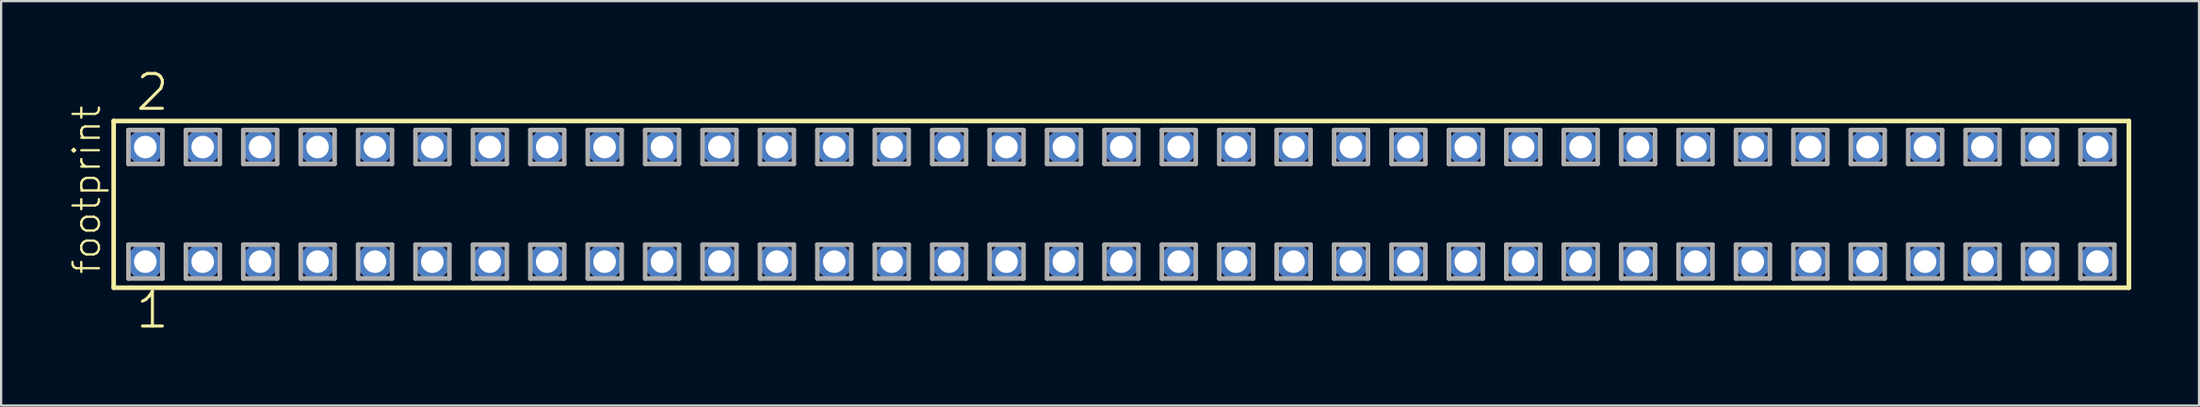
<source format=kicad_pcb>
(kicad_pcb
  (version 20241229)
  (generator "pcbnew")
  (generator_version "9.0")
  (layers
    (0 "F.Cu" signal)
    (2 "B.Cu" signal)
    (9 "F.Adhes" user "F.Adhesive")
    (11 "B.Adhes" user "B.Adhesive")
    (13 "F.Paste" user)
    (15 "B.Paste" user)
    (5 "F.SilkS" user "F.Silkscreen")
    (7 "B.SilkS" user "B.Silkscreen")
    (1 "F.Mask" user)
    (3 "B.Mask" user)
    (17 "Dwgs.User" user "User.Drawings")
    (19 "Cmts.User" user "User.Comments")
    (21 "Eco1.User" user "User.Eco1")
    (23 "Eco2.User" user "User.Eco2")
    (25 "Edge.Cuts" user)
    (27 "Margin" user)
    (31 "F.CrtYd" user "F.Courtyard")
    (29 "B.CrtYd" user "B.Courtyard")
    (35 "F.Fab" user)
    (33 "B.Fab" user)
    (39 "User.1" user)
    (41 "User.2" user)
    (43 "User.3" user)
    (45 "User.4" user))
  (footprint "footprint"
    (layer "F.Cu")
    (at 46.558 6.009)
    (property "Reference" "footprint" (at -45.085 3.175 90) (layer "F.SilkS") (effects (font (size 1.168 1.168) (thickness 0.102)) (justify left bottom)))
    (fp_line (start -44.579 -3.695) (end 44.579 -3.695) (stroke (width 0.203) (type solid)) (layer "F.SilkS"))
    (fp_line (start -44.579 3.695) (end -44.579 -3.695) (stroke (width 0.203) (type solid)) (layer "F.SilkS"))
    (fp_line (start 44.579 -3.695) (end 44.579 3.695) (stroke (width 0.203) (type solid)) (layer "F.SilkS"))
    (fp_line (start 44.579 3.695) (end -44.579 3.695) (stroke (width 0.203) (type solid)) (layer "F.SilkS"))
    (fp_line (start -43.925 -3.295) (end -42.425 -3.295) (stroke (width 0.203) (type solid)) (layer "F.Fab"))
    (fp_line (start -43.925 -1.795) (end -43.925 -3.295) (stroke (width 0.203) (type solid)) (layer "F.Fab"))
    (fp_line (start -43.925 1.785) (end -42.425 1.785) (stroke (width 0.203) (type solid)) (layer "F.Fab"))
    (fp_line (start -43.925 3.285) (end -43.925 1.785) (stroke (width 0.203) (type solid)) (layer "F.Fab"))
    (fp_line (start -42.425 -3.295) (end -42.425 -1.795) (stroke (width 0.203) (type solid)) (layer "F.Fab"))
    (fp_line (start -42.425 -1.795) (end -43.925 -1.795) (stroke (width 0.203) (type solid)) (layer "F.Fab"))
    (fp_line (start -42.425 1.785) (end -42.425 3.285) (stroke (width 0.203) (type solid)) (layer "F.Fab"))
    (fp_line (start -42.425 3.285) (end -43.925 3.285) (stroke (width 0.203) (type solid)) (layer "F.Fab"))
    (fp_line (start -41.385 -3.295) (end -39.885 -3.295) (stroke (width 0.203) (type solid)) (layer "F.Fab"))
    (fp_line (start -41.385 -1.795) (end -41.385 -3.295) (stroke (width 0.203) (type solid)) (layer "F.Fab"))
    (fp_line (start -41.385 1.785) (end -39.885 1.785) (stroke (width 0.203) (type solid)) (layer "F.Fab"))
    (fp_line (start -41.385 3.285) (end -41.385 1.785) (stroke (width 0.203) (type solid)) (layer "F.Fab"))
    (fp_line (start -39.885 -3.295) (end -39.885 -1.795) (stroke (width 0.203) (type solid)) (layer "F.Fab"))
    (fp_line (start -39.885 -1.795) (end -41.385 -1.795) (stroke (width 0.203) (type solid)) (layer "F.Fab"))
    (fp_line (start -39.885 1.785) (end -39.885 3.285) (stroke (width 0.203) (type solid)) (layer "F.Fab"))
    (fp_line (start -39.885 3.285) (end -41.385 3.285) (stroke (width 0.203) (type solid)) (layer "F.Fab"))
    (fp_line (start -38.845 -3.295) (end -37.345 -3.295) (stroke (width 0.203) (type solid)) (layer "F.Fab"))
    (fp_line (start -38.845 -1.795) (end -38.845 -3.295) (stroke (width 0.203) (type solid)) (layer "F.Fab"))
    (fp_line (start -38.845 1.785) (end -37.345 1.785) (stroke (width 0.203) (type solid)) (layer "F.Fab"))
    (fp_line (start -38.845 3.285) (end -38.845 1.785) (stroke (width 0.203) (type solid)) (layer "F.Fab"))
    (fp_line (start -37.345 -3.295) (end -37.345 -1.795) (stroke (width 0.203) (type solid)) (layer "F.Fab"))
    (fp_line (start -37.345 -1.795) (end -38.845 -1.795) (stroke (width 0.203) (type solid)) (layer "F.Fab"))
    (fp_line (start -37.345 1.785) (end -37.345 3.285) (stroke (width 0.203) (type solid)) (layer "F.Fab"))
    (fp_line (start -37.345 3.285) (end -38.845 3.285) (stroke (width 0.203) (type solid)) (layer "F.Fab"))
    (fp_line (start -36.305 -3.295) (end -34.805 -3.295) (stroke (width 0.203) (type solid)) (layer "F.Fab"))
    (fp_line (start -36.305 -1.795) (end -36.305 -3.295) (stroke (width 0.203) (type solid)) (layer "F.Fab"))
    (fp_line (start -36.305 1.785) (end -34.805 1.785) (stroke (width 0.203) (type solid)) (layer "F.Fab"))
    (fp_line (start -36.305 3.285) (end -36.305 1.785) (stroke (width 0.203) (type solid)) (layer "F.Fab"))
    (fp_line (start -34.805 -3.295) (end -34.805 -1.795) (stroke (width 0.203) (type solid)) (layer "F.Fab"))
    (fp_line (start -34.805 -1.795) (end -36.305 -1.795) (stroke (width 0.203) (type solid)) (layer "F.Fab"))
    (fp_line (start -34.805 1.785) (end -34.805 3.285) (stroke (width 0.203) (type solid)) (layer "F.Fab"))
    (fp_line (start -34.805 3.285) (end -36.305 3.285) (stroke (width 0.203) (type solid)) (layer "F.Fab"))
    (fp_line (start -33.765 -3.295) (end -32.265 -3.295) (stroke (width 0.203) (type solid)) (layer "F.Fab"))
    (fp_line (start -33.765 -1.795) (end -33.765 -3.295) (stroke (width 0.203) (type solid)) (layer "F.Fab"))
    (fp_line (start -33.765 1.785) (end -32.265 1.785) (stroke (width 0.203) (type solid)) (layer "F.Fab"))
    (fp_line (start -33.765 3.285) (end -33.765 1.785) (stroke (width 0.203) (type solid)) (layer "F.Fab"))
    (fp_line (start -32.265 -3.295) (end -32.265 -1.795) (stroke (width 0.203) (type solid)) (layer "F.Fab"))
    (fp_line (start -32.265 -1.795) (end -33.765 -1.795) (stroke (width 0.203) (type solid)) (layer "F.Fab"))
    (fp_line (start -32.265 1.785) (end -32.265 3.285) (stroke (width 0.203) (type solid)) (layer "F.Fab"))
    (fp_line (start -32.265 3.285) (end -33.765 3.285) (stroke (width 0.203) (type solid)) (layer "F.Fab"))
    (fp_line (start -31.225 -3.295) (end -29.725 -3.295) (stroke (width 0.203) (type solid)) (layer "F.Fab"))
    (fp_line (start -31.225 -1.795) (end -31.225 -3.295) (stroke (width 0.203) (type solid)) (layer "F.Fab"))
    (fp_line (start -31.225 1.785) (end -29.725 1.785) (stroke (width 0.203) (type solid)) (layer "F.Fab"))
    (fp_line (start -31.225 3.285) (end -31.225 1.785) (stroke (width 0.203) (type solid)) (layer "F.Fab"))
    (fp_line (start -29.725 -3.295) (end -29.725 -1.795) (stroke (width 0.203) (type solid)) (layer "F.Fab"))
    (fp_line (start -29.725 -1.795) (end -31.225 -1.795) (stroke (width 0.203) (type solid)) (layer "F.Fab"))
    (fp_line (start -29.725 1.785) (end -29.725 3.285) (stroke (width 0.203) (type solid)) (layer "F.Fab"))
    (fp_line (start -29.725 3.285) (end -31.225 3.285) (stroke (width 0.203) (type solid)) (layer "F.Fab"))
    (fp_line (start -28.685 -3.295) (end -27.185 -3.295) (stroke (width 0.203) (type solid)) (layer "F.Fab"))
    (fp_line (start -28.685 -1.795) (end -28.685 -3.295) (stroke (width 0.203) (type solid)) (layer "F.Fab"))
    (fp_line (start -28.685 1.785) (end -27.185 1.785) (stroke (width 0.203) (type solid)) (layer "F.Fab"))
    (fp_line (start -28.685 3.285) (end -28.685 1.785) (stroke (width 0.203) (type solid)) (layer "F.Fab"))
    (fp_line (start -27.185 -3.295) (end -27.185 -1.795) (stroke (width 0.203) (type solid)) (layer "F.Fab"))
    (fp_line (start -27.185 -1.795) (end -28.685 -1.795) (stroke (width 0.203) (type solid)) (layer "F.Fab"))
    (fp_line (start -27.185 1.785) (end -27.185 3.285) (stroke (width 0.203) (type solid)) (layer "F.Fab"))
    (fp_line (start -27.185 3.285) (end -28.685 3.285) (stroke (width 0.203) (type solid)) (layer "F.Fab"))
    (fp_line (start -26.145 -3.295) (end -24.645 -3.295) (stroke (width 0.203) (type solid)) (layer "F.Fab"))
    (fp_line (start -26.145 -1.795) (end -26.145 -3.295) (stroke (width 0.203) (type solid)) (layer "F.Fab"))
    (fp_line (start -26.145 1.785) (end -24.645 1.785) (stroke (width 0.203) (type solid)) (layer "F.Fab"))
    (fp_line (start -26.145 3.285) (end -26.145 1.785) (stroke (width 0.203) (type solid)) (layer "F.Fab"))
    (fp_line (start -24.645 -3.295) (end -24.645 -1.795) (stroke (width 0.203) (type solid)) (layer "F.Fab"))
    (fp_line (start -24.645 -1.795) (end -26.145 -1.795) (stroke (width 0.203) (type solid)) (layer "F.Fab"))
    (fp_line (start -24.645 1.785) (end -24.645 3.285) (stroke (width 0.203) (type solid)) (layer "F.Fab"))
    (fp_line (start -24.645 3.285) (end -26.145 3.285) (stroke (width 0.203) (type solid)) (layer "F.Fab"))
    (fp_line (start -23.605 -3.295) (end -22.105 -3.295) (stroke (width 0.203) (type solid)) (layer "F.Fab"))
    (fp_line (start -23.605 -1.795) (end -23.605 -3.295) (stroke (width 0.203) (type solid)) (layer "F.Fab"))
    (fp_line (start -23.605 1.785) (end -22.105 1.785) (stroke (width 0.203) (type solid)) (layer "F.Fab"))
    (fp_line (start -23.605 3.285) (end -23.605 1.785) (stroke (width 0.203) (type solid)) (layer "F.Fab"))
    (fp_line (start -22.105 -3.295) (end -22.105 -1.795) (stroke (width 0.203) (type solid)) (layer "F.Fab"))
    (fp_line (start -22.105 -1.795) (end -23.605 -1.795) (stroke (width 0.203) (type solid)) (layer "F.Fab"))
    (fp_line (start -22.105 1.785) (end -22.105 3.285) (stroke (width 0.203) (type solid)) (layer "F.Fab"))
    (fp_line (start -22.105 3.285) (end -23.605 3.285) (stroke (width 0.203) (type solid)) (layer "F.Fab"))
    (fp_line (start -21.065 -3.295) (end -19.565 -3.295) (stroke (width 0.203) (type solid)) (layer "F.Fab"))
    (fp_line (start -21.065 -1.795) (end -21.065 -3.295) (stroke (width 0.203) (type solid)) (layer "F.Fab"))
    (fp_line (start -21.065 1.785) (end -19.565 1.785) (stroke (width 0.203) (type solid)) (layer "F.Fab"))
    (fp_line (start -21.065 3.285) (end -21.065 1.785) (stroke (width 0.203) (type solid)) (layer "F.Fab"))
    (fp_line (start -19.565 -3.295) (end -19.565 -1.795) (stroke (width 0.203) (type solid)) (layer "F.Fab"))
    (fp_line (start -19.565 -1.795) (end -21.065 -1.795) (stroke (width 0.203) (type solid)) (layer "F.Fab"))
    (fp_line (start -19.565 1.785) (end -19.565 3.285) (stroke (width 0.203) (type solid)) (layer "F.Fab"))
    (fp_line (start -19.565 3.285) (end -21.065 3.285) (stroke (width 0.203) (type solid)) (layer "F.Fab"))
    (fp_line (start -18.525 -3.295) (end -17.025 -3.295) (stroke (width 0.203) (type solid)) (layer "F.Fab"))
    (fp_line (start -18.525 -1.795) (end -18.525 -3.295) (stroke (width 0.203) (type solid)) (layer "F.Fab"))
    (fp_line (start -18.525 1.785) (end -17.025 1.785) (stroke (width 0.203) (type solid)) (layer "F.Fab"))
    (fp_line (start -18.525 3.285) (end -18.525 1.785) (stroke (width 0.203) (type solid)) (layer "F.Fab"))
    (fp_line (start -17.025 -3.295) (end -17.025 -1.795) (stroke (width 0.203) (type solid)) (layer "F.Fab"))
    (fp_line (start -17.025 -1.795) (end -18.525 -1.795) (stroke (width 0.203) (type solid)) (layer "F.Fab"))
    (fp_line (start -17.025 1.785) (end -17.025 3.285) (stroke (width 0.203) (type solid)) (layer "F.Fab"))
    (fp_line (start -17.025 3.285) (end -18.525 3.285) (stroke (width 0.203) (type solid)) (layer "F.Fab"))
    (fp_line (start -15.985 -3.295) (end -14.485 -3.295) (stroke (width 0.203) (type solid)) (layer "F.Fab"))
    (fp_line (start -15.985 -1.795) (end -15.985 -3.295) (stroke (width 0.203) (type solid)) (layer "F.Fab"))
    (fp_line (start -15.985 1.785) (end -14.485 1.785) (stroke (width 0.203) (type solid)) (layer "F.Fab"))
    (fp_line (start -15.985 3.285) (end -15.985 1.785) (stroke (width 0.203) (type solid)) (layer "F.Fab"))
    (fp_line (start -14.485 -3.295) (end -14.485 -1.795) (stroke (width 0.203) (type solid)) (layer "F.Fab"))
    (fp_line (start -14.485 -1.795) (end -15.985 -1.795) (stroke (width 0.203) (type solid)) (layer "F.Fab"))
    (fp_line (start -14.485 1.785) (end -14.485 3.285) (stroke (width 0.203) (type solid)) (layer "F.Fab"))
    (fp_line (start -14.485 3.285) (end -15.985 3.285) (stroke (width 0.203) (type solid)) (layer "F.Fab"))
    (fp_line (start -13.445 -3.295) (end -11.945 -3.295) (stroke (width 0.203) (type solid)) (layer "F.Fab"))
    (fp_line (start -13.445 -1.795) (end -13.445 -3.295) (stroke (width 0.203) (type solid)) (layer "F.Fab"))
    (fp_line (start -13.445 1.785) (end -11.945 1.785) (stroke (width 0.203) (type solid)) (layer "F.Fab"))
    (fp_line (start -13.445 3.285) (end -13.445 1.785) (stroke (width 0.203) (type solid)) (layer "F.Fab"))
    (fp_line (start -11.945 -3.295) (end -11.945 -1.795) (stroke (width 0.203) (type solid)) (layer "F.Fab"))
    (fp_line (start -11.945 -1.795) (end -13.445 -1.795) (stroke (width 0.203) (type solid)) (layer "F.Fab"))
    (fp_line (start -11.945 1.785) (end -11.945 3.285) (stroke (width 0.203) (type solid)) (layer "F.Fab"))
    (fp_line (start -11.945 3.285) (end -13.445 3.285) (stroke (width 0.203) (type solid)) (layer "F.Fab"))
    (fp_line (start -10.905 -3.295) (end -9.405 -3.295) (stroke (width 0.203) (type solid)) (layer "F.Fab"))
    (fp_line (start -10.905 -1.795) (end -10.905 -3.295) (stroke (width 0.203) (type solid)) (layer "F.Fab"))
    (fp_line (start -10.905 1.785) (end -9.405 1.785) (stroke (width 0.203) (type solid)) (layer "F.Fab"))
    (fp_line (start -10.905 3.285) (end -10.905 1.785) (stroke (width 0.203) (type solid)) (layer "F.Fab"))
    (fp_line (start -9.405 -3.295) (end -9.405 -1.795) (stroke (width 0.203) (type solid)) (layer "F.Fab"))
    (fp_line (start -9.405 -1.795) (end -10.905 -1.795) (stroke (width 0.203) (type solid)) (layer "F.Fab"))
    (fp_line (start -9.405 1.785) (end -9.405 3.285) (stroke (width 0.203) (type solid)) (layer "F.Fab"))
    (fp_line (start -9.405 3.285) (end -10.905 3.285) (stroke (width 0.203) (type solid)) (layer "F.Fab"))
    (fp_line (start -8.365 -3.295) (end -6.865 -3.295) (stroke (width 0.203) (type solid)) (layer "F.Fab"))
    (fp_line (start -8.365 -1.795) (end -8.365 -3.295) (stroke (width 0.203) (type solid)) (layer "F.Fab"))
    (fp_line (start -8.365 1.785) (end -6.865 1.785) (stroke (width 0.203) (type solid)) (layer "F.Fab"))
    (fp_line (start -8.365 3.285) (end -8.365 1.785) (stroke (width 0.203) (type solid)) (layer "F.Fab"))
    (fp_line (start -6.865 -3.295) (end -6.865 -1.795) (stroke (width 0.203) (type solid)) (layer "F.Fab"))
    (fp_line (start -6.865 -1.795) (end -8.365 -1.795) (stroke (width 0.203) (type solid)) (layer "F.Fab"))
    (fp_line (start -6.865 1.785) (end -6.865 3.285) (stroke (width 0.203) (type solid)) (layer "F.Fab"))
    (fp_line (start -6.865 3.285) (end -8.365 3.285) (stroke (width 0.203) (type solid)) (layer "F.Fab"))
    (fp_line (start -5.825 -3.295) (end -4.325 -3.295) (stroke (width 0.203) (type solid)) (layer "F.Fab"))
    (fp_line (start -5.825 -1.795) (end -5.825 -3.295) (stroke (width 0.203) (type solid)) (layer "F.Fab"))
    (fp_line (start -5.825 1.785) (end -4.325 1.785) (stroke (width 0.203) (type solid)) (layer "F.Fab"))
    (fp_line (start -5.825 3.285) (end -5.825 1.785) (stroke (width 0.203) (type solid)) (layer "F.Fab"))
    (fp_line (start -4.325 -3.295) (end -4.325 -1.795) (stroke (width 0.203) (type solid)) (layer "F.Fab"))
    (fp_line (start -4.325 -1.795) (end -5.825 -1.795) (stroke (width 0.203) (type solid)) (layer "F.Fab"))
    (fp_line (start -4.325 1.785) (end -4.325 3.285) (stroke (width 0.203) (type solid)) (layer "F.Fab"))
    (fp_line (start -4.325 3.285) (end -5.825 3.285) (stroke (width 0.203) (type solid)) (layer "F.Fab"))
    (fp_line (start -3.285 -3.295) (end -1.785 -3.295) (stroke (width 0.203) (type solid)) (layer "F.Fab"))
    (fp_line (start -3.285 -1.795) (end -3.285 -3.295) (stroke (width 0.203) (type solid)) (layer "F.Fab"))
    (fp_line (start -3.285 1.785) (end -1.785 1.785) (stroke (width 0.203) (type solid)) (layer "F.Fab"))
    (fp_line (start -3.285 3.285) (end -3.285 1.785) (stroke (width 0.203) (type solid)) (layer "F.Fab"))
    (fp_line (start -1.785 -3.295) (end -1.785 -1.795) (stroke (width 0.203) (type solid)) (layer "F.Fab"))
    (fp_line (start -1.785 -1.795) (end -3.285 -1.795) (stroke (width 0.203) (type solid)) (layer "F.Fab"))
    (fp_line (start -1.785 1.785) (end -1.785 3.285) (stroke (width 0.203) (type solid)) (layer "F.Fab"))
    (fp_line (start -1.785 3.285) (end -3.285 3.285) (stroke (width 0.203) (type solid)) (layer "F.Fab"))
    (fp_line (start -0.745 -3.295) (end 0.755 -3.295) (stroke (width 0.203) (type solid)) (layer "F.Fab"))
    (fp_line (start -0.745 -1.795) (end -0.745 -3.295) (stroke (width 0.203) (type solid)) (layer "F.Fab"))
    (fp_line (start -0.745 1.785) (end 0.755 1.785) (stroke (width 0.203) (type solid)) (layer "F.Fab"))
    (fp_line (start -0.745 3.285) (end -0.745 1.785) (stroke (width 0.203) (type solid)) (layer "F.Fab"))
    (fp_line (start 0.755 -3.295) (end 0.755 -1.795) (stroke (width 0.203) (type solid)) (layer "F.Fab"))
    (fp_line (start 0.755 -1.795) (end -0.745 -1.795) (stroke (width 0.203) (type solid)) (layer "F.Fab"))
    (fp_line (start 0.755 1.785) (end 0.755 3.285) (stroke (width 0.203) (type solid)) (layer "F.Fab"))
    (fp_line (start 0.755 3.285) (end -0.745 3.285) (stroke (width 0.203) (type solid)) (layer "F.Fab"))
    (fp_line (start 1.795 -3.295) (end 3.295 -3.295) (stroke (width 0.203) (type solid)) (layer "F.Fab"))
    (fp_line (start 1.795 -1.795) (end 1.795 -3.295) (stroke (width 0.203) (type solid)) (layer "F.Fab"))
    (fp_line (start 1.795 1.785) (end 3.295 1.785) (stroke (width 0.203) (type solid)) (layer "F.Fab"))
    (fp_line (start 1.795 3.285) (end 1.795 1.785) (stroke (width 0.203) (type solid)) (layer "F.Fab"))
    (fp_line (start 3.295 -3.295) (end 3.295 -1.795) (stroke (width 0.203) (type solid)) (layer "F.Fab"))
    (fp_line (start 3.295 -1.795) (end 1.795 -1.795) (stroke (width 0.203) (type solid)) (layer "F.Fab"))
    (fp_line (start 3.295 1.785) (end 3.295 3.285) (stroke (width 0.203) (type solid)) (layer "F.Fab"))
    (fp_line (start 3.295 3.285) (end 1.795 3.285) (stroke (width 0.203) (type solid)) (layer "F.Fab"))
    (fp_line (start 4.335 -3.295) (end 5.835 -3.295) (stroke (width 0.203) (type solid)) (layer "F.Fab"))
    (fp_line (start 4.335 -1.795) (end 4.335 -3.295) (stroke (width 0.203) (type solid)) (layer "F.Fab"))
    (fp_line (start 4.335 1.785) (end 5.835 1.785) (stroke (width 0.203) (type solid)) (layer "F.Fab"))
    (fp_line (start 4.335 3.285) (end 4.335 1.785) (stroke (width 0.203) (type solid)) (layer "F.Fab"))
    (fp_line (start 5.835 -3.295) (end 5.835 -1.795) (stroke (width 0.203) (type solid)) (layer "F.Fab"))
    (fp_line (start 5.835 -1.795) (end 4.335 -1.795) (stroke (width 0.203) (type solid)) (layer "F.Fab"))
    (fp_line (start 5.835 1.785) (end 5.835 3.285) (stroke (width 0.203) (type solid)) (layer "F.Fab"))
    (fp_line (start 5.835 3.285) (end 4.335 3.285) (stroke (width 0.203) (type solid)) (layer "F.Fab"))
    (fp_line (start 6.875 -3.295) (end 8.375 -3.295) (stroke (width 0.203) (type solid)) (layer "F.Fab"))
    (fp_line (start 6.875 -1.795) (end 6.875 -3.295) (stroke (width 0.203) (type solid)) (layer "F.Fab"))
    (fp_line (start 6.875 1.785) (end 8.375 1.785) (stroke (width 0.203) (type solid)) (layer "F.Fab"))
    (fp_line (start 6.875 3.285) (end 6.875 1.785) (stroke (width 0.203) (type solid)) (layer "F.Fab"))
    (fp_line (start 8.375 -3.295) (end 8.375 -1.795) (stroke (width 0.203) (type solid)) (layer "F.Fab"))
    (fp_line (start 8.375 -1.795) (end 6.875 -1.795) (stroke (width 0.203) (type solid)) (layer "F.Fab"))
    (fp_line (start 8.375 1.785) (end 8.375 3.285) (stroke (width 0.203) (type solid)) (layer "F.Fab"))
    (fp_line (start 8.375 3.285) (end 6.875 3.285) (stroke (width 0.203) (type solid)) (layer "F.Fab"))
    (fp_line (start 9.415 -3.295) (end 10.915 -3.295) (stroke (width 0.203) (type solid)) (layer "F.Fab"))
    (fp_line (start 9.415 -1.795) (end 9.415 -3.295) (stroke (width 0.203) (type solid)) (layer "F.Fab"))
    (fp_line (start 9.415 1.785) (end 10.915 1.785) (stroke (width 0.203) (type solid)) (layer "F.Fab"))
    (fp_line (start 9.415 3.285) (end 9.415 1.785) (stroke (width 0.203) (type solid)) (layer "F.Fab"))
    (fp_line (start 10.915 -3.295) (end 10.915 -1.795) (stroke (width 0.203) (type solid)) (layer "F.Fab"))
    (fp_line (start 10.915 -1.795) (end 9.415 -1.795) (stroke (width 0.203) (type solid)) (layer "F.Fab"))
    (fp_line (start 10.915 1.785) (end 10.915 3.285) (stroke (width 0.203) (type solid)) (layer "F.Fab"))
    (fp_line (start 10.915 3.285) (end 9.415 3.285) (stroke (width 0.203) (type solid)) (layer "F.Fab"))
    (fp_line (start 11.955 -3.295) (end 13.455 -3.295) (stroke (width 0.203) (type solid)) (layer "F.Fab"))
    (fp_line (start 11.955 -1.795) (end 11.955 -3.295) (stroke (width 0.203) (type solid)) (layer "F.Fab"))
    (fp_line (start 11.955 1.785) (end 13.455 1.785) (stroke (width 0.203) (type solid)) (layer "F.Fab"))
    (fp_line (start 11.955 3.285) (end 11.955 1.785) (stroke (width 0.203) (type solid)) (layer "F.Fab"))
    (fp_line (start 13.455 -3.295) (end 13.455 -1.795) (stroke (width 0.203) (type solid)) (layer "F.Fab"))
    (fp_line (start 13.455 -1.795) (end 11.955 -1.795) (stroke (width 0.203) (type solid)) (layer "F.Fab"))
    (fp_line (start 13.455 1.785) (end 13.455 3.285) (stroke (width 0.203) (type solid)) (layer "F.Fab"))
    (fp_line (start 13.455 3.285) (end 11.955 3.285) (stroke (width 0.203) (type solid)) (layer "F.Fab"))
    (fp_line (start 14.495 -3.295) (end 15.995 -3.295) (stroke (width 0.203) (type solid)) (layer "F.Fab"))
    (fp_line (start 14.495 -1.795) (end 14.495 -3.295) (stroke (width 0.203) (type solid)) (layer "F.Fab"))
    (fp_line (start 14.495 1.785) (end 15.995 1.785) (stroke (width 0.203) (type solid)) (layer "F.Fab"))
    (fp_line (start 14.495 3.285) (end 14.495 1.785) (stroke (width 0.203) (type solid)) (layer "F.Fab"))
    (fp_line (start 15.995 -3.295) (end 15.995 -1.795) (stroke (width 0.203) (type solid)) (layer "F.Fab"))
    (fp_line (start 15.995 -1.795) (end 14.495 -1.795) (stroke (width 0.203) (type solid)) (layer "F.Fab"))
    (fp_line (start 15.995 1.785) (end 15.995 3.285) (stroke (width 0.203) (type solid)) (layer "F.Fab"))
    (fp_line (start 15.995 3.285) (end 14.495 3.285) (stroke (width 0.203) (type solid)) (layer "F.Fab"))
    (fp_line (start 17.035 -3.295) (end 18.535 -3.295) (stroke (width 0.203) (type solid)) (layer "F.Fab"))
    (fp_line (start 17.035 -1.795) (end 17.035 -3.295) (stroke (width 0.203) (type solid)) (layer "F.Fab"))
    (fp_line (start 17.035 1.785) (end 18.535 1.785) (stroke (width 0.203) (type solid)) (layer "F.Fab"))
    (fp_line (start 17.035 3.285) (end 17.035 1.785) (stroke (width 0.203) (type solid)) (layer "F.Fab"))
    (fp_line (start 18.535 -3.295) (end 18.535 -1.795) (stroke (width 0.203) (type solid)) (layer "F.Fab"))
    (fp_line (start 18.535 -1.795) (end 17.035 -1.795) (stroke (width 0.203) (type solid)) (layer "F.Fab"))
    (fp_line (start 18.535 1.785) (end 18.535 3.285) (stroke (width 0.203) (type solid)) (layer "F.Fab"))
    (fp_line (start 18.535 3.285) (end 17.035 3.285) (stroke (width 0.203) (type solid)) (layer "F.Fab"))
    (fp_line (start 19.575 -3.295) (end 21.075 -3.295) (stroke (width 0.203) (type solid)) (layer "F.Fab"))
    (fp_line (start 19.575 -1.795) (end 19.575 -3.295) (stroke (width 0.203) (type solid)) (layer "F.Fab"))
    (fp_line (start 19.575 1.785) (end 21.075 1.785) (stroke (width 0.203) (type solid)) (layer "F.Fab"))
    (fp_line (start 19.575 3.285) (end 19.575 1.785) (stroke (width 0.203) (type solid)) (layer "F.Fab"))
    (fp_line (start 21.075 -3.295) (end 21.075 -1.795) (stroke (width 0.203) (type solid)) (layer "F.Fab"))
    (fp_line (start 21.075 -1.795) (end 19.575 -1.795) (stroke (width 0.203) (type solid)) (layer "F.Fab"))
    (fp_line (start 21.075 1.785) (end 21.075 3.285) (stroke (width 0.203) (type solid)) (layer "F.Fab"))
    (fp_line (start 21.075 3.285) (end 19.575 3.285) (stroke (width 0.203) (type solid)) (layer "F.Fab"))
    (fp_line (start 22.115 -3.295) (end 23.615 -3.295) (stroke (width 0.203) (type solid)) (layer "F.Fab"))
    (fp_line (start 22.115 -1.795) (end 22.115 -3.295) (stroke (width 0.203) (type solid)) (layer "F.Fab"))
    (fp_line (start 22.115 1.785) (end 23.615 1.785) (stroke (width 0.203) (type solid)) (layer "F.Fab"))
    (fp_line (start 22.115 3.285) (end 22.115 1.785) (stroke (width 0.203) (type solid)) (layer "F.Fab"))
    (fp_line (start 23.615 -3.295) (end 23.615 -1.795) (stroke (width 0.203) (type solid)) (layer "F.Fab"))
    (fp_line (start 23.615 -1.795) (end 22.115 -1.795) (stroke (width 0.203) (type solid)) (layer "F.Fab"))
    (fp_line (start 23.615 1.785) (end 23.615 3.285) (stroke (width 0.203) (type solid)) (layer "F.Fab"))
    (fp_line (start 23.615 3.285) (end 22.115 3.285) (stroke (width 0.203) (type solid)) (layer "F.Fab"))
    (fp_line (start 24.655 -3.295) (end 26.155 -3.295) (stroke (width 0.203) (type solid)) (layer "F.Fab"))
    (fp_line (start 24.655 -1.795) (end 24.655 -3.295) (stroke (width 0.203) (type solid)) (layer "F.Fab"))
    (fp_line (start 24.655 1.785) (end 26.155 1.785) (stroke (width 0.203) (type solid)) (layer "F.Fab"))
    (fp_line (start 24.655 3.285) (end 24.655 1.785) (stroke (width 0.203) (type solid)) (layer "F.Fab"))
    (fp_line (start 26.155 -3.295) (end 26.155 -1.795) (stroke (width 0.203) (type solid)) (layer "F.Fab"))
    (fp_line (start 26.155 -1.795) (end 24.655 -1.795) (stroke (width 0.203) (type solid)) (layer "F.Fab"))
    (fp_line (start 26.155 1.785) (end 26.155 3.285) (stroke (width 0.203) (type solid)) (layer "F.Fab"))
    (fp_line (start 26.155 3.285) (end 24.655 3.285) (stroke (width 0.203) (type solid)) (layer "F.Fab"))
    (fp_line (start 27.195 -3.295) (end 28.695 -3.295) (stroke (width 0.203) (type solid)) (layer "F.Fab"))
    (fp_line (start 27.195 -1.795) (end 27.195 -3.295) (stroke (width 0.203) (type solid)) (layer "F.Fab"))
    (fp_line (start 27.195 1.785) (end 28.695 1.785) (stroke (width 0.203) (type solid)) (layer "F.Fab"))
    (fp_line (start 27.195 3.285) (end 27.195 1.785) (stroke (width 0.203) (type solid)) (layer "F.Fab"))
    (fp_line (start 28.695 -3.295) (end 28.695 -1.795) (stroke (width 0.203) (type solid)) (layer "F.Fab"))
    (fp_line (start 28.695 -1.795) (end 27.195 -1.795) (stroke (width 0.203) (type solid)) (layer "F.Fab"))
    (fp_line (start 28.695 1.785) (end 28.695 3.285) (stroke (width 0.203) (type solid)) (layer "F.Fab"))
    (fp_line (start 28.695 3.285) (end 27.195 3.285) (stroke (width 0.203) (type solid)) (layer "F.Fab"))
    (fp_line (start 29.735 -3.295) (end 31.235 -3.295) (stroke (width 0.203) (type solid)) (layer "F.Fab"))
    (fp_line (start 29.735 -1.795) (end 29.735 -3.295) (stroke (width 0.203) (type solid)) (layer "F.Fab"))
    (fp_line (start 29.735 1.785) (end 31.235 1.785) (stroke (width 0.203) (type solid)) (layer "F.Fab"))
    (fp_line (start 29.735 3.285) (end 29.735 1.785) (stroke (width 0.203) (type solid)) (layer "F.Fab"))
    (fp_line (start 31.235 -3.295) (end 31.235 -1.795) (stroke (width 0.203) (type solid)) (layer "F.Fab"))
    (fp_line (start 31.235 -1.795) (end 29.735 -1.795) (stroke (width 0.203) (type solid)) (layer "F.Fab"))
    (fp_line (start 31.235 1.785) (end 31.235 3.285) (stroke (width 0.203) (type solid)) (layer "F.Fab"))
    (fp_line (start 31.235 3.285) (end 29.735 3.285) (stroke (width 0.203) (type solid)) (layer "F.Fab"))
    (fp_line (start 32.275 -3.295) (end 33.775 -3.295) (stroke (width 0.203) (type solid)) (layer "F.Fab"))
    (fp_line (start 32.275 -1.795) (end 32.275 -3.295) (stroke (width 0.203) (type solid)) (layer "F.Fab"))
    (fp_line (start 32.275 1.785) (end 33.775 1.785) (stroke (width 0.203) (type solid)) (layer "F.Fab"))
    (fp_line (start 32.275 3.285) (end 32.275 1.785) (stroke (width 0.203) (type solid)) (layer "F.Fab"))
    (fp_line (start 33.775 -3.295) (end 33.775 -1.795) (stroke (width 0.203) (type solid)) (layer "F.Fab"))
    (fp_line (start 33.775 -1.795) (end 32.275 -1.795) (stroke (width 0.203) (type solid)) (layer "F.Fab"))
    (fp_line (start 33.775 1.785) (end 33.775 3.285) (stroke (width 0.203) (type solid)) (layer "F.Fab"))
    (fp_line (start 33.775 3.285) (end 32.275 3.285) (stroke (width 0.203) (type solid)) (layer "F.Fab"))
    (fp_line (start 34.815 -3.295) (end 36.315 -3.295) (stroke (width 0.203) (type solid)) (layer "F.Fab"))
    (fp_line (start 34.815 -1.795) (end 34.815 -3.295) (stroke (width 0.203) (type solid)) (layer "F.Fab"))
    (fp_line (start 34.815 1.785) (end 36.315 1.785) (stroke (width 0.203) (type solid)) (layer "F.Fab"))
    (fp_line (start 34.815 3.285) (end 34.815 1.785) (stroke (width 0.203) (type solid)) (layer "F.Fab"))
    (fp_line (start 36.315 -3.295) (end 36.315 -1.795) (stroke (width 0.203) (type solid)) (layer "F.Fab"))
    (fp_line (start 36.315 -1.795) (end 34.815 -1.795) (stroke (width 0.203) (type solid)) (layer "F.Fab"))
    (fp_line (start 36.315 1.785) (end 36.315 3.285) (stroke (width 0.203) (type solid)) (layer "F.Fab"))
    (fp_line (start 36.315 3.285) (end 34.815 3.285) (stroke (width 0.203) (type solid)) (layer "F.Fab"))
    (fp_line (start 37.355 -3.295) (end 38.855 -3.295) (stroke (width 0.203) (type solid)) (layer "F.Fab"))
    (fp_line (start 37.355 -1.795) (end 37.355 -3.295) (stroke (width 0.203) (type solid)) (layer "F.Fab"))
    (fp_line (start 37.355 1.785) (end 38.855 1.785) (stroke (width 0.203) (type solid)) (layer "F.Fab"))
    (fp_line (start 37.355 3.285) (end 37.355 1.785) (stroke (width 0.203) (type solid)) (layer "F.Fab"))
    (fp_line (start 38.855 -3.295) (end 38.855 -1.795) (stroke (width 0.203) (type solid)) (layer "F.Fab"))
    (fp_line (start 38.855 -1.795) (end 37.355 -1.795) (stroke (width 0.203) (type solid)) (layer "F.Fab"))
    (fp_line (start 38.855 1.785) (end 38.855 3.285) (stroke (width 0.203) (type solid)) (layer "F.Fab"))
    (fp_line (start 38.855 3.285) (end 37.355 3.285) (stroke (width 0.203) (type solid)) (layer "F.Fab"))
    (fp_line (start 39.895 -3.295) (end 41.395 -3.295) (stroke (width 0.203) (type solid)) (layer "F.Fab"))
    (fp_line (start 39.895 -1.795) (end 39.895 -3.295) (stroke (width 0.203) (type solid)) (layer "F.Fab"))
    (fp_line (start 39.895 1.785) (end 41.395 1.785) (stroke (width 0.203) (type solid)) (layer "F.Fab"))
    (fp_line (start 39.895 3.285) (end 39.895 1.785) (stroke (width 0.203) (type solid)) (layer "F.Fab"))
    (fp_line (start 41.395 -3.295) (end 41.395 -1.795) (stroke (width 0.203) (type solid)) (layer "F.Fab"))
    (fp_line (start 41.395 -1.795) (end 39.895 -1.795) (stroke (width 0.203) (type solid)) (layer "F.Fab"))
    (fp_line (start 41.395 1.785) (end 41.395 3.285) (stroke (width 0.203) (type solid)) (layer "F.Fab"))
    (fp_line (start 41.395 3.285) (end 39.895 3.285) (stroke (width 0.203) (type solid)) (layer "F.Fab"))
    (fp_line (start 42.435 -3.295) (end 43.935 -3.295) (stroke (width 0.203) (type solid)) (layer "F.Fab"))
    (fp_line (start 42.435 -1.795) (end 42.435 -3.295) (stroke (width 0.203) (type solid)) (layer "F.Fab"))
    (fp_line (start 42.435 1.785) (end 43.935 1.785) (stroke (width 0.203) (type solid)) (layer "F.Fab"))
    (fp_line (start 42.435 3.285) (end 42.435 1.785) (stroke (width 0.203) (type solid)) (layer "F.Fab"))
    (fp_line (start 43.935 -3.295) (end 43.935 -1.795) (stroke (width 0.203) (type solid)) (layer "F.Fab"))
    (fp_line (start 43.935 -1.795) (end 42.435 -1.795) (stroke (width 0.203) (type solid)) (layer "F.Fab"))
    (fp_line (start 43.935 1.785) (end 43.935 3.285) (stroke (width 0.203) (type solid)) (layer "F.Fab"))
    (fp_line (start 43.935 3.285) (end 42.435 3.285) (stroke (width 0.203) (type solid)) (layer "F.Fab"))
    (fp_text user "1" (at -43.688 5.588 0) (layer "F.SilkS") (effects (font (size 1.542 1.542) (thickness 0.134)) (justify left bottom)))
    (fp_text user "2" (at -43.688 -4.064 0) (layer "F.SilkS") (effects (font (size 1.542 1.542) (thickness 0.134)) (justify left bottom)))
    (pad "1" thru_hole roundrect (at -43.18 2.54) (size 1.5 1.5) (drill 1) (layers "*.Cu" "*.Mask") (roundrect_rratio 0.25) (chamfer_ratio 0.25) (chamfer top_left top_right bottom_left bottom_right))
    (pad "2" thru_hole roundrect (at -43.18 -2.54) (size 1.5 1.5) (drill 1) (layers "*.Cu" "*.Mask") (roundrect_rratio 0.25) (chamfer_ratio 0.25) (chamfer top_left top_right bottom_left bottom_right))
    (pad "3" thru_hole roundrect (at -40.64 2.54) (size 1.5 1.5) (drill 1) (layers "*.Cu" "*.Mask") (roundrect_rratio 0.25) (chamfer_ratio 0.25) (chamfer top_left top_right bottom_left bottom_right))
    (pad "4" thru_hole roundrect (at -40.64 -2.54) (size 1.5 1.5) (drill 1) (layers "*.Cu" "*.Mask") (roundrect_rratio 0.25) (chamfer_ratio 0.25) (chamfer top_left top_right bottom_left bottom_right))
    (pad "5" thru_hole roundrect (at -38.1 2.54) (size 1.5 1.5) (drill 1) (layers "*.Cu" "*.Mask") (roundrect_rratio 0.25) (chamfer_ratio 0.25) (chamfer top_left top_right bottom_left bottom_right))
    (pad "6" thru_hole roundrect (at -38.1 -2.54) (size 1.5 1.5) (drill 1) (layers "*.Cu" "*.Mask") (roundrect_rratio 0.25) (chamfer_ratio 0.25) (chamfer top_left top_right bottom_left bottom_right))
    (pad "7" thru_hole roundrect (at -35.56 2.54) (size 1.5 1.5) (drill 1) (layers "*.Cu" "*.Mask") (roundrect_rratio 0.25) (chamfer_ratio 0.25) (chamfer top_left top_right bottom_left bottom_right))
    (pad "8" thru_hole roundrect (at -35.56 -2.54) (size 1.5 1.5) (drill 1) (layers "*.Cu" "*.Mask") (roundrect_rratio 0.25) (chamfer_ratio 0.25) (chamfer top_left top_right bottom_left bottom_right))
    (pad "9" thru_hole roundrect (at -33.02 2.54) (size 1.5 1.5) (drill 1) (layers "*.Cu" "*.Mask") (roundrect_rratio 0.25) (chamfer_ratio 0.25) (chamfer top_left top_right bottom_left bottom_right))
    (pad "10" thru_hole roundrect (at -33.02 -2.54) (size 1.5 1.5) (drill 1) (layers "*.Cu" "*.Mask") (roundrect_rratio 0.25) (chamfer_ratio 0.25) (chamfer top_left top_right bottom_left bottom_right))
    (pad "11" thru_hole roundrect (at -30.48 2.54) (size 1.5 1.5) (drill 1) (layers "*.Cu" "*.Mask") (roundrect_rratio 0.25) (chamfer_ratio 0.25) (chamfer top_left top_right bottom_left bottom_right))
    (pad "12" thru_hole roundrect (at -30.48 -2.54) (size 1.5 1.5) (drill 1) (layers "*.Cu" "*.Mask") (roundrect_rratio 0.25) (chamfer_ratio 0.25) (chamfer top_left top_right bottom_left bottom_right))
    (pad "13" thru_hole roundrect (at -27.94 2.54) (size 1.5 1.5) (drill 1) (layers "*.Cu" "*.Mask") (roundrect_rratio 0.25) (chamfer_ratio 0.25) (chamfer top_left top_right bottom_left bottom_right))
    (pad "14" thru_hole roundrect (at -27.94 -2.54) (size 1.5 1.5) (drill 1) (layers "*.Cu" "*.Mask") (roundrect_rratio 0.25) (chamfer_ratio 0.25) (chamfer top_left top_right bottom_left bottom_right))
    (pad "15" thru_hole roundrect (at -25.4 2.54) (size 1.5 1.5) (drill 1) (layers "*.Cu" "*.Mask") (roundrect_rratio 0.25) (chamfer_ratio 0.25) (chamfer top_left top_right bottom_left bottom_right))
    (pad "16" thru_hole roundrect (at -25.4 -2.54) (size 1.5 1.5) (drill 1) (layers "*.Cu" "*.Mask") (roundrect_rratio 0.25) (chamfer_ratio 0.25) (chamfer top_left top_right bottom_left bottom_right))
    (pad "17" thru_hole roundrect (at -22.86 2.54) (size 1.5 1.5) (drill 1) (layers "*.Cu" "*.Mask") (roundrect_rratio 0.25) (chamfer_ratio 0.25) (chamfer top_left top_right bottom_left bottom_right))
    (pad "18" thru_hole roundrect (at -22.86 -2.54) (size 1.5 1.5) (drill 1) (layers "*.Cu" "*.Mask") (roundrect_rratio 0.25) (chamfer_ratio 0.25) (chamfer top_left top_right bottom_left bottom_right))
    (pad "19" thru_hole roundrect (at -20.32 2.54) (size 1.5 1.5) (drill 1) (layers "*.Cu" "*.Mask") (roundrect_rratio 0.25) (chamfer_ratio 0.25) (chamfer top_left top_right bottom_left bottom_right))
    (pad "20" thru_hole roundrect (at -20.32 -2.54) (size 1.5 1.5) (drill 1) (layers "*.Cu" "*.Mask") (roundrect_rratio 0.25) (chamfer_ratio 0.25) (chamfer top_left top_right bottom_left bottom_right))
    (pad "21" thru_hole roundrect (at -17.78 2.54) (size 1.5 1.5) (drill 1) (layers "*.Cu" "*.Mask") (roundrect_rratio 0.25) (chamfer_ratio 0.25) (chamfer top_left top_right bottom_left bottom_right))
    (pad "22" thru_hole roundrect (at -17.78 -2.54) (size 1.5 1.5) (drill 1) (layers "*.Cu" "*.Mask") (roundrect_rratio 0.25) (chamfer_ratio 0.25) (chamfer top_left top_right bottom_left bottom_right))
    (pad "23" thru_hole roundrect (at -15.24 2.54) (size 1.5 1.5) (drill 1) (layers "*.Cu" "*.Mask") (roundrect_rratio 0.25) (chamfer_ratio 0.25) (chamfer top_left top_right bottom_left bottom_right))
    (pad "24" thru_hole roundrect (at -15.24 -2.54) (size 1.5 1.5) (drill 1) (layers "*.Cu" "*.Mask") (roundrect_rratio 0.25) (chamfer_ratio 0.25) (chamfer top_left top_right bottom_left bottom_right))
    (pad "25" thru_hole roundrect (at -12.7 2.54) (size 1.5 1.5) (drill 1) (layers "*.Cu" "*.Mask") (roundrect_rratio 0.25) (chamfer_ratio 0.25) (chamfer top_left top_right bottom_left bottom_right))
    (pad "26" thru_hole roundrect (at -12.7 -2.54) (size 1.5 1.5) (drill 1) (layers "*.Cu" "*.Mask") (roundrect_rratio 0.25) (chamfer_ratio 0.25) (chamfer top_left top_right bottom_left bottom_right))
    (pad "27" thru_hole roundrect (at -10.16 2.54) (size 1.5 1.5) (drill 1) (layers "*.Cu" "*.Mask") (roundrect_rratio 0.25) (chamfer_ratio 0.25) (chamfer top_left top_right bottom_left bottom_right))
    (pad "28" thru_hole roundrect (at -10.16 -2.54) (size 1.5 1.5) (drill 1) (layers "*.Cu" "*.Mask") (roundrect_rratio 0.25) (chamfer_ratio 0.25) (chamfer top_left top_right bottom_left bottom_right))
    (pad "29" thru_hole roundrect (at -7.62 2.54) (size 1.5 1.5) (drill 1) (layers "*.Cu" "*.Mask") (roundrect_rratio 0.25) (chamfer_ratio 0.25) (chamfer top_left top_right bottom_left bottom_right))
    (pad "30" thru_hole roundrect (at -7.62 -2.54) (size 1.5 1.5) (drill 1) (layers "*.Cu" "*.Mask") (roundrect_rratio 0.25) (chamfer_ratio 0.25) (chamfer top_left top_right bottom_left bottom_right))
    (pad "31" thru_hole roundrect (at -5.08 2.54) (size 1.5 1.5) (drill 1) (layers "*.Cu" "*.Mask") (roundrect_rratio 0.25) (chamfer_ratio 0.25) (chamfer top_left top_right bottom_left bottom_right))
    (pad "32" thru_hole roundrect (at -5.08 -2.54) (size 1.5 1.5) (drill 1) (layers "*.Cu" "*.Mask") (roundrect_rratio 0.25) (chamfer_ratio 0.25) (chamfer top_left top_right bottom_left bottom_right))
    (pad "33" thru_hole roundrect (at -2.54 2.54) (size 1.5 1.5) (drill 1) (layers "*.Cu" "*.Mask") (roundrect_rratio 0.25) (chamfer_ratio 0.25) (chamfer top_left top_right bottom_left bottom_right))
    (pad "34" thru_hole roundrect (at -2.54 -2.54) (size 1.5 1.5) (drill 1) (layers "*.Cu" "*.Mask") (roundrect_rratio 0.25) (chamfer_ratio 0.25) (chamfer top_left top_right bottom_left bottom_right))
    (pad "35" thru_hole roundrect (at 0 2.54) (size 1.5 1.5) (drill 1) (layers "*.Cu" "*.Mask") (roundrect_rratio 0.25) (chamfer_ratio 0.25) (chamfer top_left top_right bottom_left bottom_right))
    (pad "36" thru_hole roundrect (at 0 -2.54) (size 1.5 1.5) (drill 1) (layers "*.Cu" "*.Mask") (roundrect_rratio 0.25) (chamfer_ratio 0.25) (chamfer top_left top_right bottom_left bottom_right))
    (pad "37" thru_hole roundrect (at 2.54 2.54) (size 1.5 1.5) (drill 1) (layers "*.Cu" "*.Mask") (roundrect_rratio 0.25) (chamfer_ratio 0.25) (chamfer top_left top_right bottom_left bottom_right))
    (pad "38" thru_hole roundrect (at 2.54 -2.54) (size 1.5 1.5) (drill 1) (layers "*.Cu" "*.Mask") (roundrect_rratio 0.25) (chamfer_ratio 0.25) (chamfer top_left top_right bottom_left bottom_right))
    (pad "39" thru_hole roundrect (at 5.08 2.54) (size 1.5 1.5) (drill 1) (layers "*.Cu" "*.Mask") (roundrect_rratio 0.25) (chamfer_ratio 0.25) (chamfer top_left top_right bottom_left bottom_right))
    (pad "40" thru_hole roundrect (at 5.08 -2.54) (size 1.5 1.5) (drill 1) (layers "*.Cu" "*.Mask") (roundrect_rratio 0.25) (chamfer_ratio 0.25) (chamfer top_left top_right bottom_left bottom_right))
    (pad "41" thru_hole roundrect (at 7.62 2.54) (size 1.5 1.5) (drill 1) (layers "*.Cu" "*.Mask") (roundrect_rratio 0.25) (chamfer_ratio 0.25) (chamfer top_left top_right bottom_left bottom_right))
    (pad "42" thru_hole roundrect (at 7.62 -2.54) (size 1.5 1.5) (drill 1) (layers "*.Cu" "*.Mask") (roundrect_rratio 0.25) (chamfer_ratio 0.25) (chamfer top_left top_right bottom_left bottom_right))
    (pad "43" thru_hole roundrect (at 10.16 2.54) (size 1.5 1.5) (drill 1) (layers "*.Cu" "*.Mask") (roundrect_rratio 0.25) (chamfer_ratio 0.25) (chamfer top_left top_right bottom_left bottom_right))
    (pad "44" thru_hole roundrect (at 10.16 -2.54) (size 1.5 1.5) (drill 1) (layers "*.Cu" "*.Mask") (roundrect_rratio 0.25) (chamfer_ratio 0.25) (chamfer top_left top_right bottom_left bottom_right))
    (pad "45" thru_hole roundrect (at 12.7 2.54) (size 1.5 1.5) (drill 1) (layers "*.Cu" "*.Mask") (roundrect_rratio 0.25) (chamfer_ratio 0.25) (chamfer top_left top_right bottom_left bottom_right))
    (pad "46" thru_hole roundrect (at 12.7 -2.54) (size 1.5 1.5) (drill 1) (layers "*.Cu" "*.Mask") (roundrect_rratio 0.25) (chamfer_ratio 0.25) (chamfer top_left top_right bottom_left bottom_right))
    (pad "47" thru_hole roundrect (at 15.24 2.54) (size 1.5 1.5) (drill 1) (layers "*.Cu" "*.Mask") (roundrect_rratio 0.25) (chamfer_ratio 0.25) (chamfer top_left top_right bottom_left bottom_right))
    (pad "48" thru_hole roundrect (at 15.24 -2.54) (size 1.5 1.5) (drill 1) (layers "*.Cu" "*.Mask") (roundrect_rratio 0.25) (chamfer_ratio 0.25) (chamfer top_left top_right bottom_left bottom_right))
    (pad "49" thru_hole roundrect (at 17.78 2.54) (size 1.5 1.5) (drill 1) (layers "*.Cu" "*.Mask") (roundrect_rratio 0.25) (chamfer_ratio 0.25) (chamfer top_left top_right bottom_left bottom_right))
    (pad "50" thru_hole roundrect (at 17.78 -2.54) (size 1.5 1.5) (drill 1) (layers "*.Cu" "*.Mask") (roundrect_rratio 0.25) (chamfer_ratio 0.25) (chamfer top_left top_right bottom_left bottom_right))
    (pad "51" thru_hole roundrect (at 20.32 2.54) (size 1.5 1.5) (drill 1) (layers "*.Cu" "*.Mask") (roundrect_rratio 0.25) (chamfer_ratio 0.25) (chamfer top_left top_right bottom_left bottom_right))
    (pad "52" thru_hole roundrect (at 20.32 -2.54) (size 1.5 1.5) (drill 1) (layers "*.Cu" "*.Mask") (roundrect_rratio 0.25) (chamfer_ratio 0.25) (chamfer top_left top_right bottom_left bottom_right))
    (pad "53" thru_hole roundrect (at 22.86 2.54) (size 1.5 1.5) (drill 1) (layers "*.Cu" "*.Mask") (roundrect_rratio 0.25) (chamfer_ratio 0.25) (chamfer top_left top_right bottom_left bottom_right))
    (pad "54" thru_hole roundrect (at 22.86 -2.54) (size 1.5 1.5) (drill 1) (layers "*.Cu" "*.Mask") (roundrect_rratio 0.25) (chamfer_ratio 0.25) (chamfer top_left top_right bottom_left bottom_right))
    (pad "55" thru_hole roundrect (at 25.4 2.54) (size 1.5 1.5) (drill 1) (layers "*.Cu" "*.Mask") (roundrect_rratio 0.25) (chamfer_ratio 0.25) (chamfer top_left top_right bottom_left bottom_right))
    (pad "56" thru_hole roundrect (at 25.4 -2.54) (size 1.5 1.5) (drill 1) (layers "*.Cu" "*.Mask") (roundrect_rratio 0.25) (chamfer_ratio 0.25) (chamfer top_left top_right bottom_left bottom_right))
    (pad "57" thru_hole roundrect (at 27.94 2.54) (size 1.5 1.5) (drill 1) (layers "*.Cu" "*.Mask") (roundrect_rratio 0.25) (chamfer_ratio 0.25) (chamfer top_left top_right bottom_left bottom_right))
    (pad "58" thru_hole roundrect (at 27.94 -2.54) (size 1.5 1.5) (drill 1) (layers "*.Cu" "*.Mask") (roundrect_rratio 0.25) (chamfer_ratio 0.25) (chamfer top_left top_right bottom_left bottom_right))
    (pad "59" thru_hole roundrect (at 30.48 2.54) (size 1.5 1.5) (drill 1) (layers "*.Cu" "*.Mask") (roundrect_rratio 0.25) (chamfer_ratio 0.25) (chamfer top_left top_right bottom_left bottom_right))
    (pad "60" thru_hole roundrect (at 30.48 -2.54) (size 1.5 1.5) (drill 1) (layers "*.Cu" "*.Mask") (roundrect_rratio 0.25) (chamfer_ratio 0.25) (chamfer top_left top_right bottom_left bottom_right))
    (pad "61" thru_hole roundrect (at 33.02 2.54) (size 1.5 1.5) (drill 1) (layers "*.Cu" "*.Mask") (roundrect_rratio 0.25) (chamfer_ratio 0.25) (chamfer top_left top_right bottom_left bottom_right))
    (pad "62" thru_hole roundrect (at 33.02 -2.54) (size 1.5 1.5) (drill 1) (layers "*.Cu" "*.Mask") (roundrect_rratio 0.25) (chamfer_ratio 0.25) (chamfer top_left top_right bottom_left bottom_right))
    (pad "63" thru_hole roundrect (at 35.56 2.54) (size 1.5 1.5) (drill 1) (layers "*.Cu" "*.Mask") (roundrect_rratio 0.25) (chamfer_ratio 0.25) (chamfer top_left top_right bottom_left bottom_right))
    (pad "64" thru_hole roundrect (at 35.56 -2.54) (size 1.5 1.5) (drill 1) (layers "*.Cu" "*.Mask") (roundrect_rratio 0.25) (chamfer_ratio 0.25) (chamfer top_left top_right bottom_left bottom_right))
    (pad "65" thru_hole roundrect (at 38.1 2.54) (size 1.5 1.5) (drill 1) (layers "*.Cu" "*.Mask") (roundrect_rratio 0.25) (chamfer_ratio 0.25) (chamfer top_left top_right bottom_left bottom_right))
    (pad "66" thru_hole roundrect (at 38.1 -2.54) (size 1.5 1.5) (drill 1) (layers "*.Cu" "*.Mask") (roundrect_rratio 0.25) (chamfer_ratio 0.25) (chamfer top_left top_right bottom_left bottom_right))
    (pad "67" thru_hole roundrect (at 40.64 2.54) (size 1.5 1.5) (drill 1) (layers "*.Cu" "*.Mask") (roundrect_rratio 0.25) (chamfer_ratio 0.25) (chamfer top_left top_right bottom_left bottom_right))
    (pad "68" thru_hole roundrect (at 40.64 -2.54) (size 1.5 1.5) (drill 1) (layers "*.Cu" "*.Mask") (roundrect_rratio 0.25) (chamfer_ratio 0.25) (chamfer top_left top_right bottom_left bottom_right))
    (pad "69" thru_hole roundrect (at 43.18 2.54) (size 1.5 1.5) (drill 1) (layers "*.Cu" "*.Mask") (roundrect_rratio 0.25) (chamfer_ratio 0.25) (chamfer top_left top_right bottom_left bottom_right))
    (pad "70" thru_hole roundrect (at 43.18 -2.54) (size 1.5 1.5) (drill 1) (layers "*.Cu" "*.Mask") (roundrect_rratio 0.25) (chamfer_ratio 0.25) (chamfer top_left top_right bottom_left bottom_right)))
  (gr_rect
    (start -3 -3)
    (end 94.239 14.927)
    (stroke (width 0.1) (type default))
    (fill no)
    (layer "Edge.Cuts")))
</source>
